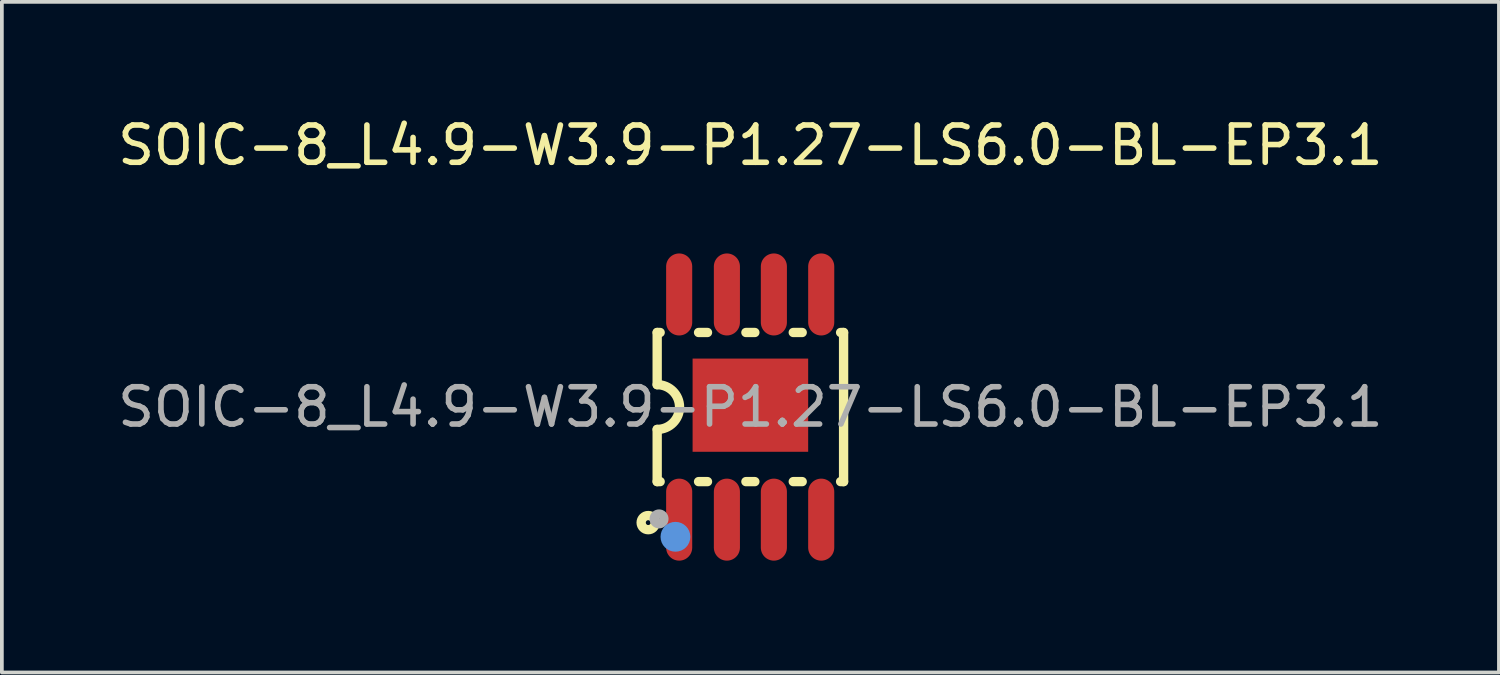
<source format=kicad_pcb>
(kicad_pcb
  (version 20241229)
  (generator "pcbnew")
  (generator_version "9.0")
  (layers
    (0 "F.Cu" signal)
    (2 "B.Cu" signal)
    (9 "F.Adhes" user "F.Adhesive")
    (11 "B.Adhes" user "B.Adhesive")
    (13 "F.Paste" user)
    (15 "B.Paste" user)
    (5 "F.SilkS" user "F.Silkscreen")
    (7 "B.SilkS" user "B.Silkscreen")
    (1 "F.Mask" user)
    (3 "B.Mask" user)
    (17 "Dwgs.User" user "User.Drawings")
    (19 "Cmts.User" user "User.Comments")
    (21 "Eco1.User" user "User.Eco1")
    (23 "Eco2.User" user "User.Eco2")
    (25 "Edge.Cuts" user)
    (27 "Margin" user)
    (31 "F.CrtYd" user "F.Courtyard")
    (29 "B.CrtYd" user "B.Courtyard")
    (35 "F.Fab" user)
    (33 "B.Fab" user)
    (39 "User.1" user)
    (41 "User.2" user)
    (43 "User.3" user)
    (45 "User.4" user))
  (footprint "SOIC-8_L4.9-W3.9-P1.27-LS6.0-BL-EP3.1"
    (layer "F.Cu")
    (at 17.077 7.868)
    (property "Reference" "SOIC-8_L4.9-W3.9-P1.27-LS6.0-BL-EP3.1" (at 0 -7.02 0) (layer "F.SilkS") (effects (font (size 1 1) (thickness 0.15))))
    (attr smd)
    (fp_line (start -2.5 -2) (end -2.5 -0.6) (stroke (width 0.25) (type solid)) (layer "F.SilkS"))
    (fp_line (start -2.5 2) (end -2.5 0.6) (stroke (width 0.25) (type solid)) (layer "F.SilkS"))
    (fp_line (start -2.42 -2) (end -2.5 -2) (stroke (width 0.25) (type solid)) (layer "F.SilkS"))
    (fp_line (start -2.42 2) (end -2.5 2) (stroke (width 0.25) (type solid)) (layer "F.SilkS"))
    (fp_line (start -1.15 -2) (end -1.39 -2) (stroke (width 0.25) (type solid)) (layer "F.SilkS"))
    (fp_line (start -1.15 2) (end -1.39 2) (stroke (width 0.25) (type solid)) (layer "F.SilkS"))
    (fp_line (start 0.12 -2) (end -0.12 -2) (stroke (width 0.25) (type solid)) (layer "F.SilkS"))
    (fp_line (start 0.12 2) (end -0.12 2) (stroke (width 0.25) (type solid)) (layer "F.SilkS"))
    (fp_line (start 1.39 -2) (end 1.15 -2) (stroke (width 0.25) (type solid)) (layer "F.SilkS"))
    (fp_line (start 1.39 2) (end 1.15 2) (stroke (width 0.25) (type solid)) (layer "F.SilkS"))
    (fp_line (start 2.5 -2) (end 2.42 -2) (stroke (width 0.25) (type solid)) (layer "F.SilkS"))
    (fp_line (start 2.5 -2) (end 2.5 2) (stroke (width 0.25) (type solid)) (layer "F.SilkS"))
    (fp_line (start 2.5 2) (end 2.42 2) (stroke (width 0.25) (type solid)) (layer "F.SilkS"))
    (fp_arc (start -2.5 -0.6) (mid -1.9 0) (end -2.5 0.6) (stroke (width 0.25) (type solid)) (layer "F.SilkS"))
    (fp_circle (center -2.74 3.1) (end -2.55 3.1) (stroke (width 0.25) (type solid)) (fill no) (layer "F.SilkS"))
    (fp_circle (center -2.01 3.48) (end -1.81 3.48) (stroke (width 0.4) (type solid)) (fill no) (layer "Cmts.User"))
    (fp_circle (center -2.45 3) (end -2.32 3) (stroke (width 0.25) (type solid)) (fill no) (layer "F.Fab"))
    (fp_text user "${REFERENCE}" (at 0 0 0) (layer "F.Fab") (effects (font (size 1 1) (thickness 0.15))))
    (pad "1" smd oval (at -1.91 3.02 180) (size 0.7 2.2) (layers "F.Cu" "F.Mask" "F.Paste"))
    (pad "2" smd oval (at -0.63 3.02 180) (size 0.7 2.2) (layers "F.Cu" "F.Mask" "F.Paste"))
    (pad "3" smd oval (at 0.63 3.02 180) (size 0.7 2.2) (layers "F.Cu" "F.Mask" "F.Paste"))
    (pad "4" smd oval (at 1.9 3.02 180) (size 0.7 2.2) (layers "F.Cu" "F.Mask" "F.Paste"))
    (pad "5" smd oval (at 1.9 -3.02 180) (size 0.7 2.2) (layers "F.Cu" "F.Mask" "F.Paste"))
    (pad "6" smd oval (at 0.63 -3.02 180) (size 0.7 2.2) (layers "F.Cu" "F.Mask" "F.Paste"))
    (pad "7" smd oval (at -0.63 -3.02 180) (size 0.7 2.2) (layers "F.Cu" "F.Mask" "F.Paste"))
    (pad "8" smd oval (at -1.91 -3.02 180) (size 0.7 2.2) (layers "F.Cu" "F.Mask" "F.Paste"))
    (pad "9" smd rect (at 0 -0.05 90) (size 2.5 3.1) (layers "F.Cu" "F.Mask" "F.Paste")))
  (gr_rect
    (start -3 -3)
    (end 37.155 14.988)
    (stroke (width 0.1) (type default))
    (fill no)
    (layer "Edge.Cuts")))
</source>
